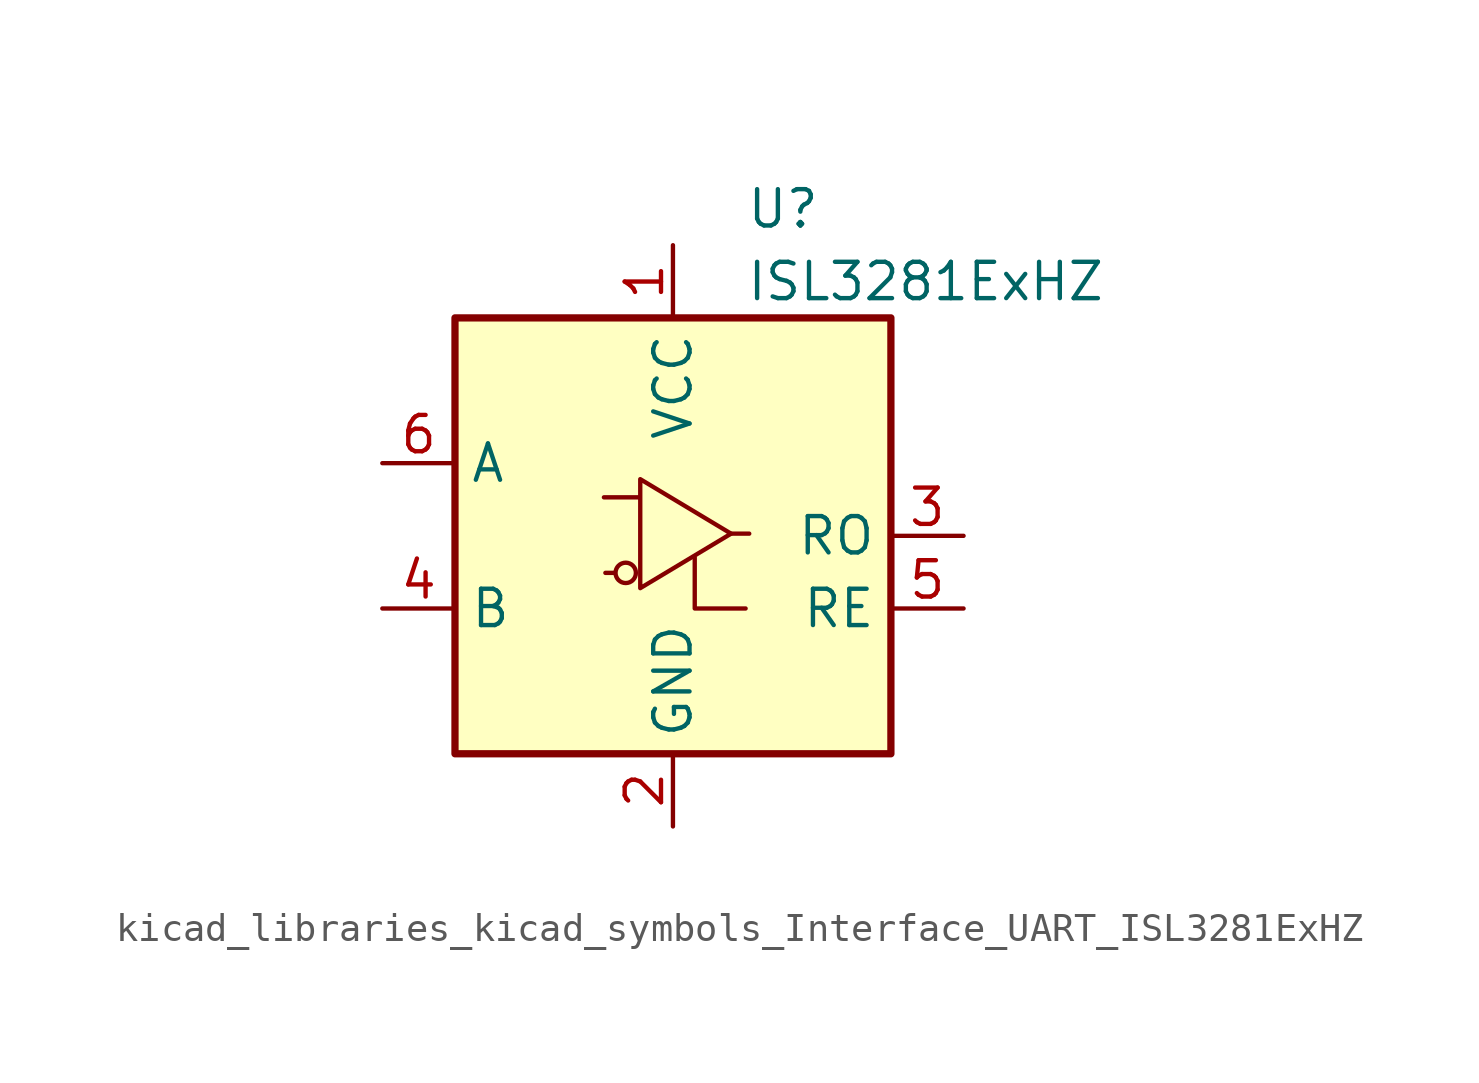
<source format=kicad_sym>
(kicad_symbol_lib
  (version 20220914)
  (generator kicad_symbol_editor)
  (symbol "kicad_libraries_kicad_symbols_Interface_UART_ISL3281ExHZ"
    (property "Reference" "U"
      (at 2.54 11.43 0)
      (effects (font (size 1.27 1.27)) (justify left)))
    (property "Value" "ISL3281ExHZ"
      (at 2.54 8.89 0)
      (effects (font (size 1.27 1.27)) (justify left)))
    (symbol "kicad_libraries_kicad_symbols_Interface_UART_ISL3281ExHZ_0_1"
      (polyline (pts (xy 0.762 -0.762) (xy 0.762 -2.54) (xy 2.54 -2.54)) (stroke (width 0) (type default)) (fill (type none)))
      (rectangle (start 7.62 7.62) (end -7.62 -7.62) (stroke (width 0.254) (type default)) (fill (type background))))
    (symbol "kicad_libraries_kicad_symbols_Interface_UART_ISL3281ExHZ_1_1"
      (circle (center -1.651 -1.295) (radius 0.356) (stroke (width 0) (type default)) (fill (type none)))
      (polyline (pts (xy -2.057 -1.295) (xy -2.362 -1.295)) (stroke (width 0) (type default)) (fill (type none)))
      (polyline (pts (xy 2.032 0.076) (xy 2.667 0.076)) (stroke (width 0) (type default)) (fill (type none)))
      (polyline (pts (xy -1.143 1.981) (xy -1.143 -1.829) (xy 2.032 0.076) (xy -1.143 1.981) (xy -1.143 1.346) (xy -2.413 1.346)) (stroke (width 0) (type default)) (fill (type none)))
      (pin power_in line (at 0 10.16 270) (length 2.54) (name "VCC" (effects (font (size 1.27 1.27)))) (number "1" (effects (font (size 1.27 1.27)))))
      (pin power_in line (at 0 -10.16 90) (length 2.54) (name "GND" (effects (font (size 1.27 1.27)))) (number "2" (effects (font (size 1.27 1.27)))))
      (pin output line (at 10.16 0 180) (length 2.54) (name "RO" (effects (font (size 1.27 1.27)))) (number "3" (effects (font (size 1.27 1.27)))))
      (pin input line (at -10.16 -2.54 0) (length 2.54) (name "B" (effects (font (size 1.27 1.27)))) (number "4" (effects (font (size 1.27 1.27)))))
      (pin input line (at 10.16 -2.54 180) (length 2.54) (name "RE" (effects (font (size 1.27 1.27)))) (number "5" (effects (font (size 1.27 1.27)))))
      (pin input line (at -10.16 2.54 0) (length 2.54) (name "A" (effects (font (size 1.27 1.27)))) (number "6" (effects (font (size 1.27 1.27))))))))
</source>
